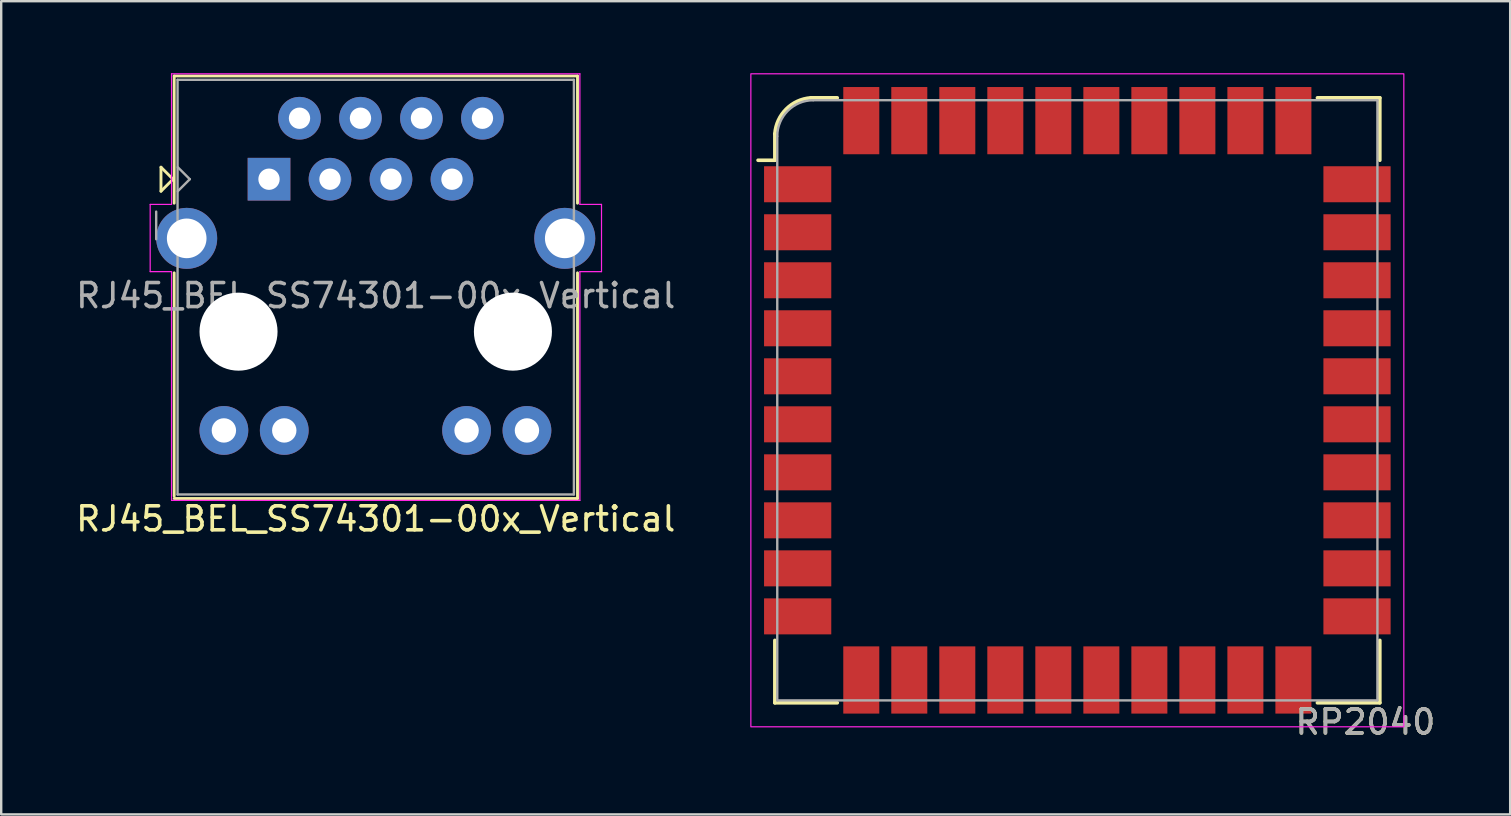
<source format=kicad_pcb>
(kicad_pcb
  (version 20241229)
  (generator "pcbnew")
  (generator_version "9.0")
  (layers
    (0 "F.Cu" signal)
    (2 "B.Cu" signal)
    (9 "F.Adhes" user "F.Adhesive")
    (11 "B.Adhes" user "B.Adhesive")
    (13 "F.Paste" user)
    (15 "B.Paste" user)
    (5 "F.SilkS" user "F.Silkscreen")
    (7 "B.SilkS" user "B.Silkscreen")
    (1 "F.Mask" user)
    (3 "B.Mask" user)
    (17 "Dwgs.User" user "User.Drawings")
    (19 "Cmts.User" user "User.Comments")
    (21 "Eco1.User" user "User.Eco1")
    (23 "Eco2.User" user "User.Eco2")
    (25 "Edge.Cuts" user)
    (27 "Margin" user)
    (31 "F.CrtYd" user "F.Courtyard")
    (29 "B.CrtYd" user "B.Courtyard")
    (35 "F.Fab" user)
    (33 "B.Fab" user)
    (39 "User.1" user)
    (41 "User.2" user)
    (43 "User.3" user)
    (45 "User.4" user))
  (footprint "RJ45_BEL_SS74301-00x_Vertical"
    (layer "F.Cu")
    (at 8.156 4.415)
    (property "Reference" "RJ45_BEL_SS74301-00x_Vertical" (at 4.445 14.15 0) (layer "F.SilkS") (effects (font (size 1 1) (thickness 0.15))))
    (attr through_hole)
    (fp_line (start -4.5 -0.5) (end -4.5 0.5) (stroke (width 0.12) (type solid)) (layer "F.SilkS"))
    (fp_line (start -4.5 0.5) (end -4 0) (stroke (width 0.12) (type solid)) (layer "F.SilkS"))
    (fp_line (start -4 0) (end -4.5 -0.5) (stroke (width 0.12) (type solid)) (layer "F.SilkS"))
    (fp_line (start -3.95 -4.3) (end -3.95 1) (stroke (width 0.12) (type solid)) (layer "F.SilkS"))
    (fp_line (start -3.95 -4.3) (end 12.85 -4.3) (stroke (width 0.12) (type solid)) (layer "F.SilkS"))
    (fp_line (start -3.95 13.2) (end -3.95 3.9) (stroke (width 0.12) (type solid)) (layer "F.SilkS"))
    (fp_line (start -3.95 13.3) (end 12.85 13.3) (stroke (width 0.12) (type solid)) (layer "F.SilkS"))
    (fp_line (start 12.85 -4.3) (end 12.85 1) (stroke (width 0.12) (type solid)) (layer "F.SilkS"))
    (fp_line (start 12.85 13.3) (end 12.85 3.9) (stroke (width 0.12) (type solid)) (layer "F.SilkS"))
    (fp_line (start -4.95 3.85) (end -4.95 1.05) (stroke (width 0.05) (type solid)) (layer "F.CrtYd"))
    (fp_line (start -4.06 -4.39) (end 12.95 -4.39) (stroke (width 0.05) (type solid)) (layer "F.CrtYd"))
    (fp_line (start -4.06 1.05) (end -4.95 1.05) (stroke (width 0.05) (type solid)) (layer "F.CrtYd"))
    (fp_line (start -4.06 1.05) (end -4.06 -4.39) (stroke (width 0.05) (type solid)) (layer "F.CrtYd"))
    (fp_line (start -4.06 3.85) (end -4.95 3.85) (stroke (width 0.05) (type solid)) (layer "F.CrtYd"))
    (fp_line (start -4.06 13.38) (end -4.06 3.85) (stroke (width 0.05) (type solid)) (layer "F.CrtYd"))
    (fp_line (start 12.95 1.05) (end 12.95 -4.39) (stroke (width 0.05) (type solid)) (layer "F.CrtYd"))
    (fp_line (start 12.95 1.05) (end 13.85 1.05) (stroke (width 0.05) (type solid)) (layer "F.CrtYd"))
    (fp_line (start 12.95 3.85) (end 12.95 13.38) (stroke (width 0.05) (type solid)) (layer "F.CrtYd"))
    (fp_line (start 12.95 3.85) (end 13.85 3.85) (stroke (width 0.05) (type solid)) (layer "F.CrtYd"))
    (fp_line (start 12.95 13.38) (end -4.06 13.38) (stroke (width 0.05) (type solid)) (layer "F.CrtYd"))
    (fp_line (start 13.85 3.85) (end 13.85 1.05) (stroke (width 0.05) (type solid)) (layer "F.CrtYd"))
    (fp_line (start -4.7 2.5) (end -4.7 1.35) (stroke (width 0.1) (type solid)) (layer "F.Fab"))
    (fp_line (start -3.81 -4.14) (end -3.81 13.132) (stroke (width 0.1) (type solid)) (layer "F.Fab"))
    (fp_line (start -3.81 -4.14) (end 12.7 -4.14) (stroke (width 0.1) (type solid)) (layer "F.Fab"))
    (fp_line (start -3.81 13.132) (end 12.7 13.132) (stroke (width 0.1) (type solid)) (layer "F.Fab"))
    (fp_line (start -3.8 -0.5) (end -3.3 0) (stroke (width 0.1) (type solid)) (layer "F.Fab"))
    (fp_line (start -3.8 0.5) (end -3.3 0) (stroke (width 0.1) (type solid)) (layer "F.Fab"))
    (fp_line (start 12.7 -4.14) (end 12.7 13.132) (stroke (width 0.1) (type solid)) (layer "F.Fab"))
    (fp_text user "${REFERENCE}" (at 4.445 4.85 0) (layer "F.Fab") (effects (font (size 1 1) (thickness 0.15))))
    (pad "" np_thru_hole circle (at -1.27 6.35) (size 3.251 3.251) (drill 3.251) (layers "*.Cu" "*.Mask"))
    (pad "" np_thru_hole circle (at 10.16 6.35) (size 3.251 3.251) (drill 3.251) (layers "*.Cu" "*.Mask"))
    (pad "1" thru_hole rect (at 0 0) (size 1.778 1.778) (drill 0.889) (layers "*.Cu" "*.Mask"))
    (pad "2" thru_hole circle (at 1.27 -2.54) (size 1.778 1.778) (drill 0.889) (layers "*.Cu" "*.Mask"))
    (pad "3" thru_hole circle (at 2.54 0) (size 1.778 1.778) (drill 0.889) (layers "*.Cu" "*.Mask"))
    (pad "4" thru_hole circle (at 3.81 -2.54) (size 1.778 1.778) (drill 0.889) (layers "*.Cu" "*.Mask"))
    (pad "5" thru_hole circle (at 5.08 0) (size 1.778 1.778) (drill 0.889) (layers "*.Cu" "*.Mask"))
    (pad "6" thru_hole circle (at 6.35 -2.54) (size 1.778 1.778) (drill 0.889) (layers "*.Cu" "*.Mask"))
    (pad "7" thru_hole circle (at 7.62 0) (size 1.778 1.778) (drill 0.889) (layers "*.Cu" "*.Mask"))
    (pad "8" thru_hole circle (at 8.89 -2.54) (size 1.778 1.778) (drill 0.889) (layers "*.Cu" "*.Mask"))
    (pad "9" thru_hole circle (at 10.744 10.465) (size 2.032 2.032) (drill 1.016) (layers "*.Cu" "*.Mask"))
    (pad "10" thru_hole circle (at 8.23 10.465) (size 2.032 2.032) (drill 1.016) (layers "*.Cu" "*.Mask"))
    (pad "11" thru_hole circle (at 0.635 10.465) (size 2.032 2.032) (drill 1.016) (layers "*.Cu" "*.Mask"))
    (pad "12" thru_hole circle (at -1.88 10.465) (size 2.032 2.032) (drill 1.016) (layers "*.Cu" "*.Mask"))
    (pad "SH" thru_hole circle (at -3.429 2.464) (size 2.54 2.54) (drill 1.651) (layers "*.Cu" "*.Mask"))
    (pad "SH" thru_hole circle (at 12.319 2.464) (size 2.54 2.54) (drill 1.651) (layers "*.Cu" "*.Mask")))
  (footprint "RP2040"
    (layer "F.Cu")
    (at 41.827 13.625)
    (property "Reference" "RP2040" (at 12 13.4 0) (unlocked yes) (layer "F.SilkS") (effects (font (size 1 1) (thickness 0.15))))
    (attr through_hole)
    (fp_line (start -12.6 -10) (end -13.3 -10) (stroke (width 0.15) (type solid)) (layer "F.SilkS"))
    (fp_line (start -12.6 -10) (end -12.6 -11.1) (stroke (width 0.15) (type solid)) (layer "F.SilkS"))
    (fp_line (start -12.6 12.6) (end -12.6 10) (stroke (width 0.15) (type solid)) (layer "F.SilkS"))
    (fp_line (start -11.1 -12.6) (end -10 -12.6) (stroke (width 0.15) (type solid)) (layer "F.SilkS"))
    (fp_line (start -10 12.6) (end -12.6 12.6) (stroke (width 0.15) (type solid)) (layer "F.SilkS"))
    (fp_line (start 10 -12.6) (end 12.6 -12.6) (stroke (width 0.15) (type solid)) (layer "F.SilkS"))
    (fp_line (start 12.6 -12.6) (end 12.6 -10) (stroke (width 0.15) (type solid)) (layer "F.SilkS"))
    (fp_line (start 12.6 10) (end 12.6 12.6) (stroke (width 0.15) (type solid)) (layer "F.SilkS"))
    (fp_line (start 12.6 12.6) (end 10 12.6) (stroke (width 0.15) (type solid)) (layer "F.SilkS"))
    (fp_arc (start -12.6 -11.1) (mid -12.129432 -12.129432) (end -11.1 -12.6) (stroke (width 0.15) (type solid)) (layer "F.SilkS"))
    (fp_rect (start -13.6 -13.6) (end 13.6 13.6) (stroke (width 0.05) (type solid)) (fill no) (layer "F.CrtYd"))
    (fp_line (start -12.5 12.5) (end -12.5 -11) (stroke (width 0.1) (type solid)) (layer "F.Fab"))
    (fp_line (start -11 -12.5) (end 12.5 -12.5) (stroke (width 0.1) (type solid)) (layer "F.Fab"))
    (fp_line (start 12.5 -12.5) (end 12.5 12.5) (stroke (width 0.1) (type solid)) (layer "F.Fab"))
    (fp_line (start 12.5 12.5) (end -12.5 12.5) (stroke (width 0.1) (type solid)) (layer "F.Fab"))
    (fp_arc (start -12.500003 -11.000003) (mid -12.060661 -12.060662) (end -11 -12.5) (stroke (width 0.1) (type solid)) (layer "F.Fab"))
    (fp_text user "${REFERENCE}" (at 12 13.4 0) (unlocked yes) (layer "F.Fab") (effects (font (size 1 1) (thickness 0.15))))
    (pad "1" smd rect (at -11.65 -9) (size 2.8 1.5) (layers "F.Cu" "F.Mask" "F.Paste"))
    (pad "2" smd rect (at -11.65 -7) (size 2.8 1.5) (layers "F.Cu" "F.Mask" "F.Paste"))
    (pad "3" smd rect (at -11.65 -5) (size 2.8 1.5) (layers "F.Cu" "F.Mask" "F.Paste"))
    (pad "4" smd rect (at -11.65 -3) (size 2.8 1.5) (layers "F.Cu" "F.Mask" "F.Paste"))
    (pad "5" smd rect (at -11.65 -1) (size 2.8 1.5) (layers "F.Cu" "F.Mask" "F.Paste"))
    (pad "6" smd rect (at -11.65 1) (size 2.8 1.5) (layers "F.Cu" "F.Mask" "F.Paste"))
    (pad "7" smd rect (at -11.65 3) (size 2.8 1.5) (layers "F.Cu" "F.Mask" "F.Paste"))
    (pad "8" smd rect (at -11.65 5) (size 2.8 1.5) (layers "F.Cu" "F.Mask" "F.Paste"))
    (pad "9" smd rect (at -11.65 7) (size 2.8 1.5) (layers "F.Cu" "F.Mask" "F.Paste"))
    (pad "10" smd rect (at -11.65 9) (size 2.8 1.5) (layers "F.Cu" "F.Mask" "F.Paste"))
    (pad "11" smd rect (at -9 11.65 270) (size 2.8 1.5) (layers "F.Cu" "F.Mask" "F.Paste"))
    (pad "12" smd rect (at -7 11.65 270) (size 2.8 1.5) (layers "F.Cu" "F.Mask" "F.Paste"))
    (pad "13" smd rect (at -5 11.65 270) (size 2.8 1.5) (layers "F.Cu" "F.Mask" "F.Paste"))
    (pad "14" smd rect (at -3 11.65 270) (size 2.8 1.5) (layers "F.Cu" "F.Mask" "F.Paste"))
    (pad "15" smd rect (at -1 11.65 270) (size 2.8 1.5) (layers "F.Cu" "F.Mask" "F.Paste"))
    (pad "16" smd rect (at 1 11.65 270) (size 2.8 1.5) (layers "F.Cu" "F.Mask" "F.Paste"))
    (pad "17" smd rect (at 3 11.65 270) (size 2.8 1.5) (layers "F.Cu" "F.Mask" "F.Paste"))
    (pad "18" smd rect (at 5 11.65 270) (size 2.8 1.5) (layers "F.Cu" "F.Mask" "F.Paste"))
    (pad "19" smd rect (at 7 11.65 270) (size 2.8 1.5) (layers "F.Cu" "F.Mask" "F.Paste"))
    (pad "20" smd rect (at 9 11.65 270) (size 2.8 1.5) (layers "F.Cu" "F.Mask" "F.Paste"))
    (pad "21" smd rect (at 11.65 9) (size 2.8 1.5) (layers "F.Cu" "F.Mask" "F.Paste"))
    (pad "22" smd rect (at 11.65 7) (size 2.8 1.5) (layers "F.Cu" "F.Mask" "F.Paste"))
    (pad "23" smd rect (at 11.65 5) (size 2.8 1.5) (layers "F.Cu" "F.Mask" "F.Paste"))
    (pad "24" smd rect (at 11.65 3) (size 2.8 1.5) (layers "F.Cu" "F.Mask" "F.Paste"))
    (pad "25" smd rect (at 11.65 1) (size 2.8 1.5) (layers "F.Cu" "F.Mask" "F.Paste"))
    (pad "26" smd rect (at 11.65 -1) (size 2.8 1.5) (layers "F.Cu" "F.Mask" "F.Paste"))
    (pad "27" smd rect (at 11.65 -3) (size 2.8 1.5) (layers "F.Cu" "F.Mask" "F.Paste"))
    (pad "28" smd rect (at 11.65 -5) (size 2.8 1.5) (layers "F.Cu" "F.Mask" "F.Paste"))
    (pad "29" smd rect (at 11.65 -7) (size 2.8 1.5) (layers "F.Cu" "F.Mask" "F.Paste"))
    (pad "30" smd rect (at 11.65 -9) (size 2.8 1.5) (layers "F.Cu" "F.Mask" "F.Paste"))
    (pad "31" smd rect (at 9 -11.65 270) (size 2.8 1.5) (layers "F.Cu" "F.Mask" "F.Paste"))
    (pad "32" smd rect (at 7 -11.65 270) (size 2.8 1.5) (layers "F.Cu" "F.Mask" "F.Paste"))
    (pad "33" smd rect (at 5 -11.65 270) (size 2.8 1.5) (layers "F.Cu" "F.Mask" "F.Paste"))
    (pad "34" smd rect (at 3 -11.65 270) (size 2.8 1.5) (layers "F.Cu" "F.Mask" "F.Paste"))
    (pad "35" smd rect (at 1 -11.65 270) (size 2.8 1.5) (layers "F.Cu" "F.Mask" "F.Paste"))
    (pad "36" smd rect (at -1 -11.65 270) (size 2.8 1.5) (layers "F.Cu" "F.Mask" "F.Paste"))
    (pad "37" smd rect (at -3 -11.65 270) (size 2.8 1.5) (layers "F.Cu" "F.Mask" "F.Paste"))
    (pad "38" smd rect (at -5 -11.65 270) (size 2.8 1.5) (layers "F.Cu" "F.Mask" "F.Paste"))
    (pad "39" smd rect (at -7 -11.65 270) (size 2.8 1.5) (layers "F.Cu" "F.Mask" "F.Paste"))
    (pad "40" smd rect (at -9 -11.65 270) (size 2.8 1.5) (layers "F.Cu" "F.Mask" "F.Paste")))
  (gr_rect
    (start -3 -3)
    (end 59.857 30.873)
    (stroke (width 0.1) (type default))
    (fill no)
    (layer "Edge.Cuts")))
</source>
